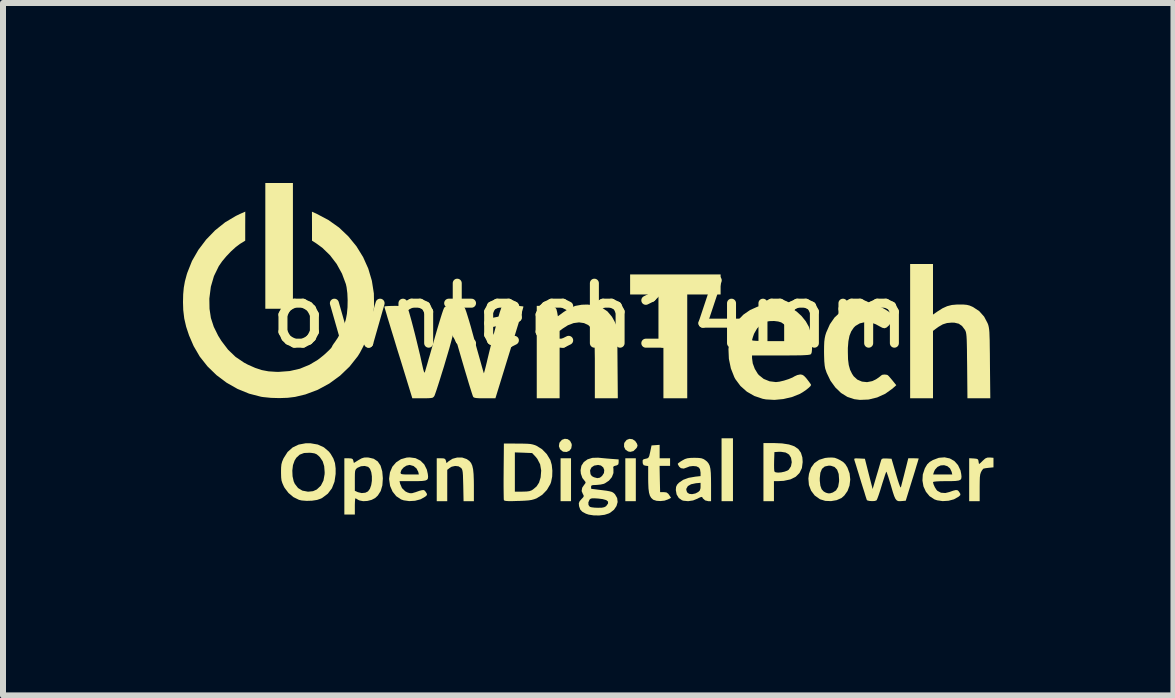
<source format=kicad_pcb>
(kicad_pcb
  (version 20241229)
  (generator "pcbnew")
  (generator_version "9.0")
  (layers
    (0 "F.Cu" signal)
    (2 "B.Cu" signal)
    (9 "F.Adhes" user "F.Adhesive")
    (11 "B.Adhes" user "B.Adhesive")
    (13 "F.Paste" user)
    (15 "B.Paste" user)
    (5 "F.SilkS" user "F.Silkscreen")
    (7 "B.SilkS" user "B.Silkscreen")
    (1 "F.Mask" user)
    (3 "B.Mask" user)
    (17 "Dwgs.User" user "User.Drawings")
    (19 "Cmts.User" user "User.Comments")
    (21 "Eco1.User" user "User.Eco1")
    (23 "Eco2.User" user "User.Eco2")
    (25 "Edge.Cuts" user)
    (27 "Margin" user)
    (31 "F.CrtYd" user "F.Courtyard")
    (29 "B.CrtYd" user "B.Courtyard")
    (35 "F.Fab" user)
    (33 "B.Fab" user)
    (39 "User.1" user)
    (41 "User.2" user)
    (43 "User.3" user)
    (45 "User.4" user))
  (footprint "owntech14mm"
    (layer "F.Cu")
    (at 6.785 2.715)
    (property "Reference" "owntech14mm" (at 0 -0.5 0) (unlocked yes) (layer "F.SilkS") (effects (font (size 1 1) (thickness 0.15))))
    (fp_poly (pts (xy -4.953 -1.667) (xy -4.953 -0.619) (xy -5.183 -0.619) (xy -5.413 -0.619) (xy -5.413 -1.667) (xy -5.413 -2.715) (xy -5.183 -2.715) (xy -4.953 -2.715)) (stroke (width 0) (type solid)) (fill yes) (layer "F.SilkS"))
    (fp_poly (pts (xy -0.318 2.23) (xy -0.318 2.588) (xy -0.405 2.588) (xy -0.492 2.588) (xy -0.492 2.23) (xy -0.492 1.873) (xy -0.405 1.873) (xy -0.318 1.873)) (stroke (width 0) (type solid)) (fill yes) (layer "F.SilkS"))
    (fp_poly (pts (xy 0.762 2.23) (xy 0.762 2.588) (xy 0.675 2.588) (xy 0.587 2.588) (xy 0.587 2.23) (xy 0.587 1.873) (xy 0.675 1.873) (xy 0.762 1.873)) (stroke (width 0) (type solid)) (fill yes) (layer "F.SilkS"))
    (fp_poly (pts (xy 2.381 2.064) (xy 2.381 2.588) (xy 2.286 2.588) (xy 2.191 2.588) (xy 2.191 2.064) (xy 2.191 1.54) (xy 2.286 1.54) (xy 2.381 1.54)) (stroke (width 0) (type solid)) (fill yes) (layer "F.SilkS"))
    (fp_poly (pts (xy -0.374 1.554) (xy -0.334 1.582) (xy -0.309 1.63) (xy -0.305 1.653) (xy -0.314 1.708) (xy -0.345 1.748) (xy -0.391 1.768) (xy -0.445 1.764) (xy -0.46 1.757) (xy -0.502 1.721) (xy -0.52 1.671) (xy -0.512 1.618) (xy -0.507 1.608) (xy -0.469 1.565) (xy -0.422 1.548)) (stroke (width 0) (type solid)) (fill yes) (layer "F.SilkS"))
    (fp_poly (pts (xy 0.706 1.555) (xy 0.751 1.584) (xy 0.781 1.628) (xy 0.791 1.662) (xy 0.78 1.693) (xy 0.768 1.709) (xy 0.722 1.753) (xy 0.67 1.766) (xy 0.633 1.759) (xy 0.589 1.729) (xy 0.566 1.682) (xy 0.567 1.629) (xy 0.574 1.61) (xy 0.609 1.567) (xy 0.656 1.549)) (stroke (width 0) (type solid)) (fill yes) (layer "F.SilkS"))
    (fp_poly (pts (xy 2.175 -1.024) (xy 2.175 -0.857) (xy 1.897 -0.857) (xy 1.619 -0.857) (xy 1.619 0.008) (xy 1.619 0.873) (xy 1.421 0.873) (xy 1.222 0.873) (xy 1.222 0.008) (xy 1.222 -0.857) (xy 0.945 -0.857) (xy 0.667 -0.857) (xy 0.667 -1.024) (xy 0.667 -1.191) (xy 1.421 -1.191) (xy 2.175 -1.191)) (stroke (width 0) (type solid)) (fill yes) (layer "F.SilkS"))
    (fp_poly (pts (xy 6.663 1.86) (xy 6.723 1.865) (xy 6.723 1.945) (xy 6.723 2.024) (xy 6.641 2.032) (xy 6.593 2.038) (xy 6.56 2.045) (xy 6.552 2.048) (xy 6.529 2.078) (xy 6.513 2.108) (xy 6.502 2.143) (xy 6.496 2.19) (xy 6.494 2.256) (xy 6.493 2.345) (xy 6.493 2.361) (xy 6.493 2.588) (xy 6.406 2.588) (xy 6.318 2.588) (xy 6.318 2.23) (xy 6.318 1.872) (xy 6.394 1.876) (xy 6.44 1.881) (xy 6.463 1.891) (xy 6.472 1.911) (xy 6.474 1.925) (xy 6.479 1.957) (xy 6.484 1.968) (xy 6.498 1.958) (xy 6.526 1.932) (xy 6.546 1.912) (xy 6.585 1.877) (xy 6.619 1.862) (xy 6.659 1.86)) (stroke (width 0) (type solid)) (fill yes) (layer "F.SilkS"))
    (fp_poly (pts (xy -2.131 1.861) (xy -2.057 1.886) (xy -2.051 1.89) (xy -2.013 1.917) (xy -1.984 1.951) (xy -1.964 1.996) (xy -1.95 2.056) (xy -1.942 2.136) (xy -1.938 2.24) (xy -1.937 2.322) (xy -1.937 2.588) (xy -2.023 2.588) (xy -2.109 2.588) (xy -2.114 2.327) (xy -2.117 2.229) (xy -2.119 2.157) (xy -2.123 2.107) (xy -2.129 2.073) (xy -2.137 2.051) (xy -2.149 2.035) (xy -2.15 2.034) (xy -2.193 2.007) (xy -2.25 2.001) (xy -2.308 2.014) (xy -2.339 2.033) (xy -2.381 2.066) (xy -2.381 2.327) (xy -2.381 2.588) (xy -2.469 2.588) (xy -2.556 2.588) (xy -2.556 2.23) (xy -2.556 1.873) (xy -2.485 1.873) (xy -2.44 1.875) (xy -2.416 1.885) (xy -2.405 1.908) (xy -2.403 1.914) (xy -2.393 1.954) (xy -2.359 1.923) (xy -2.293 1.881) (xy -2.214 1.86)) (stroke (width 0) (type solid)) (fill yes) (layer "F.SilkS"))
    (fp_poly (pts (xy 1.159 1.761) (xy 1.159 1.873) (xy 1.246 1.873) (xy 1.333 1.873) (xy 1.333 1.937) (xy 1.333 2) (xy 1.246 2) (xy 1.158 2) (xy 1.162 2.219) (xy 1.167 2.437) (xy 1.227 2.437) (xy 1.272 2.442) (xy 1.303 2.464) (xy 1.317 2.484) (xy 1.349 2.532) (xy 1.297 2.559) (xy 1.24 2.579) (xy 1.172 2.586) (xy 1.107 2.582) (xy 1.055 2.565) (xy 1.05 2.562) (xy 1.019 2.534) (xy 0.997 2.497) (xy 0.982 2.446) (xy 0.973 2.376) (xy 0.969 2.281) (xy 0.968 2.216) (xy 0.968 2.002) (xy 0.925 1.997) (xy 0.893 1.988) (xy 0.879 1.963) (xy 0.876 1.942) (xy 0.876 1.907) (xy 0.89 1.89) (xy 0.926 1.881) (xy 0.955 1.874) (xy 0.973 1.861) (xy 0.986 1.834) (xy 0.997 1.787) (xy 1.002 1.765) (xy 1.024 1.659) (xy 1.091 1.654) (xy 1.159 1.649)) (stroke (width 0) (type solid)) (fill yes) (layer "F.SilkS"))
    (fp_poly (pts (xy 3.199 1.625) (xy 3.315 1.643) (xy 3.405 1.674) (xy 3.471 1.72) (xy 3.514 1.781) (xy 3.538 1.86) (xy 3.543 1.936) (xy 3.53 2.036) (xy 3.491 2.117) (xy 3.427 2.181) (xy 3.339 2.225) (xy 3.227 2.249) (xy 3.133 2.254) (xy 3.064 2.254) (xy 3.064 2.421) (xy 3.064 2.588) (xy 2.977 2.588) (xy 2.889 2.588) (xy 2.889 2.103) (xy 2.889 1.988) (xy 3.066 1.988) (xy 3.067 2.045) (xy 3.07 2.083) (xy 3.072 2.093) (xy 3.092 2.107) (xy 3.134 2.112) (xy 3.186 2.108) (xy 3.241 2.096) (xy 3.287 2.079) (xy 3.311 2.063) (xy 3.348 2.007) (xy 3.361 1.938) (xy 3.349 1.865) (xy 3.316 1.811) (xy 3.259 1.777) (xy 3.181 1.765) (xy 3.146 1.765) (xy 3.072 1.77) (xy 3.067 1.92) (xy 3.066 1.988) (xy 2.889 1.988) (xy 2.889 1.619) (xy 3.055 1.619)) (stroke (width 0) (type solid)) (fill yes) (layer "F.SilkS"))
    (fp_poly (pts (xy 0.084 -0.676) (xy 0.196 -0.638) (xy 0.289 -0.575) (xy 0.364 -0.486) (xy 0.407 -0.409) (xy 0.452 -0.31) (xy 0.457 0.282) (xy 0.462 0.873) (xy 0.271 0.873) (xy 0.079 0.873) (xy 0.079 0.361) (xy 0.079 0.209) (xy 0.077 0.076) (xy 0.074 -0.036) (xy 0.071 -0.123) (xy 0.067 -0.183) (xy 0.062 -0.212) (xy 0.026 -0.29) (xy -0.029 -0.346) (xy -0.101 -0.38) (xy -0.184 -0.392) (xy -0.275 -0.38) (xy -0.37 -0.344) (xy -0.456 -0.289) (xy -0.508 -0.25) (xy -0.508 0.311) (xy -0.508 0.873) (xy -0.699 0.873) (xy -0.889 0.873) (xy -0.889 0.103) (xy -0.889 -0.667) (xy -0.747 -0.667) (xy -0.668 -0.665) (xy -0.615 -0.657) (xy -0.581 -0.64) (xy -0.561 -0.611) (xy -0.55 -0.566) (xy -0.548 -0.557) (xy -0.537 -0.494) (xy -0.443 -0.563) (xy -0.344 -0.627) (xy -0.246 -0.667) (xy -0.14 -0.686) (xy -0.048 -0.689)) (stroke (width 0) (type solid)) (fill yes) (layer "F.SilkS"))
    (fp_poly (pts (xy 4.077 1.865) (xy 4.123 1.882) (xy 4.159 1.9) (xy 4.215 1.933) (xy 4.253 1.97) (xy 4.286 2.023) (xy 4.29 2.03) (xy 4.325 2.126) (xy 4.336 2.227) (xy 4.324 2.327) (xy 4.291 2.418) (xy 4.237 2.494) (xy 4.19 2.535) (xy 4.109 2.571) (xy 4.016 2.587) (xy 3.92 2.583) (xy 3.835 2.557) (xy 3.827 2.553) (xy 3.743 2.493) (xy 3.683 2.413) (xy 3.647 2.318) (xy 3.638 2.211) (xy 3.639 2.203) (xy 3.828 2.203) (xy 3.828 2.247) (xy 3.838 2.33) (xy 3.859 2.388) (xy 3.893 2.426) (xy 3.929 2.446) (xy 3.966 2.457) (xy 4 2.457) (xy 4.046 2.443) (xy 4.099 2.408) (xy 4.134 2.348) (xy 4.149 2.262) (xy 4.15 2.23) (xy 4.143 2.134) (xy 4.117 2.063) (xy 4.074 2.018) (xy 4.012 1.997) (xy 3.975 1.996) (xy 3.911 2.01) (xy 3.865 2.049) (xy 3.838 2.113) (xy 3.828 2.203) (xy 3.639 2.203) (xy 3.648 2.132) (xy 3.682 2.031) (xy 3.739 1.953) (xy 3.816 1.899) (xy 3.915 1.868) (xy 3.966 1.862) (xy 4.029 1.86)) (stroke (width 0) (type solid)) (fill yes) (layer "F.SilkS"))
    (fp_poly (pts (xy 5.715 -0.944) (xy 5.715 -0.522) (xy 5.787 -0.572) (xy 5.874 -0.627) (xy 5.951 -0.662) (xy 6.029 -0.682) (xy 6.12 -0.69) (xy 6.152 -0.69) (xy 6.226 -0.689) (xy 6.279 -0.684) (xy 6.324 -0.673) (xy 6.371 -0.653) (xy 6.385 -0.646) (xy 6.486 -0.579) (xy 6.567 -0.488) (xy 6.623 -0.382) (xy 6.633 -0.358) (xy 6.64 -0.334) (xy 6.646 -0.306) (xy 6.651 -0.271) (xy 6.655 -0.226) (xy 6.657 -0.166) (xy 6.66 -0.089) (xy 6.661 0.009) (xy 6.663 0.132) (xy 6.664 0.282) (xy 6.664 0.29) (xy 6.67 0.873) (xy 6.479 0.873) (xy 6.289 0.873) (xy 6.284 0.329) (xy 6.282 0.183) (xy 6.281 0.065) (xy 6.279 -0.029) (xy 6.277 -0.101) (xy 6.274 -0.155) (xy 6.27 -0.194) (xy 6.265 -0.223) (xy 6.259 -0.244) (xy 6.251 -0.261) (xy 6.247 -0.268) (xy 6.199 -0.332) (xy 6.144 -0.37) (xy 6.072 -0.387) (xy 6.027 -0.388) (xy 5.948 -0.381) (xy 5.878 -0.359) (xy 5.807 -0.318) (xy 5.767 -0.289) (xy 5.715 -0.25) (xy 5.715 0.311) (xy 5.715 0.873) (xy 5.524 0.873) (xy 5.334 0.873) (xy 5.334 -0.246) (xy 5.334 -1.365) (xy 5.524 -1.365) (xy 5.715 -1.365)) (stroke (width 0) (type solid)) (fill yes) (layer "F.SilkS"))
    (fp_poly (pts (xy -1.206 1.628) (xy -1.113 1.629) (xy -1.045 1.631) (xy -0.994 1.635) (xy -0.955 1.643) (xy -0.919 1.654) (xy -0.893 1.665) (xy -0.801 1.722) (xy -0.722 1.803) (xy -0.663 1.901) (xy -0.662 1.903) (xy -0.639 1.983) (xy -0.629 2.079) (xy -0.632 2.178) (xy -0.65 2.268) (xy -0.663 2.304) (xy -0.72 2.401) (xy -0.798 2.482) (xy -0.889 2.539) (xy -0.893 2.541) (xy -0.933 2.556) (xy -0.974 2.567) (xy -1.025 2.575) (xy -1.093 2.58) (xy -1.184 2.584) (xy -1.202 2.584) (xy -1.294 2.587) (xy -1.359 2.587) (xy -1.402 2.584) (xy -1.426 2.579) (xy -1.436 2.571) (xy -1.437 2.57) (xy -1.439 2.549) (xy -1.44 2.5) (xy -1.441 2.428) (xy -1.442 2.337) (xy -1.442 2.231) (xy -1.441 2.114) (xy -1.441 2.087) (xy -1.438 1.775) (xy -1.254 1.775) (xy -1.254 2.102) (xy -1.254 2.429) (xy -1.129 2.429) (xy -1.06 2.427) (xy -1.013 2.421) (xy -0.976 2.408) (xy -0.952 2.393) (xy -0.891 2.341) (xy -0.851 2.279) (xy -0.826 2.198) (xy -0.824 2.189) (xy -0.815 2.077) (xy -0.833 1.973) (xy -0.879 1.884) (xy -0.905 1.851) (xy -0.966 1.786) (xy -1.11 1.78) (xy -1.254 1.775) (xy -1.438 1.775) (xy -1.437 1.627)) (stroke (width 0) (type solid)) (fill yes) (layer "F.SilkS"))
    (fp_poly (pts (xy -3.691 1.861) (xy -3.606 1.881) (xy -3.539 1.926) (xy -3.492 1.996) (xy -3.464 2.092) (xy -3.454 2.207) (xy -3.462 2.324) (xy -3.49 2.419) (xy -3.538 2.494) (xy -3.583 2.536) (xy -3.641 2.566) (xy -3.711 2.584) (xy -3.782 2.588) (xy -3.843 2.576) (xy -3.865 2.566) (xy -3.896 2.547) (xy -3.913 2.54) (xy -3.916 2.555) (xy -3.919 2.594) (xy -3.921 2.65) (xy -3.921 2.675) (xy -3.921 2.81) (xy -4.008 2.81) (xy -4.096 2.81) (xy -4.096 2.415) (xy -3.921 2.415) (xy -3.87 2.438) (xy -3.807 2.453) (xy -3.746 2.447) (xy -3.702 2.425) (xy -3.67 2.382) (xy -3.648 2.32) (xy -3.637 2.248) (xy -3.637 2.173) (xy -3.647 2.105) (xy -3.668 2.049) (xy -3.699 2.016) (xy -3.7 2.016) (xy -3.756 2.001) (xy -3.819 2.006) (xy -3.874 2.03) (xy -3.879 2.033) (xy -3.898 2.049) (xy -3.91 2.066) (xy -3.917 2.092) (xy -3.92 2.132) (xy -3.921 2.194) (xy -3.921 2.24) (xy -3.921 2.415) (xy -4.096 2.415) (xy -4.096 2.342) (xy -4.096 1.873) (xy -4.026 1.873) (xy -3.981 1.876) (xy -3.958 1.886) (xy -3.947 1.909) (xy -3.947 1.912) (xy -3.937 1.951) (xy -3.858 1.902) (xy -3.808 1.874) (xy -3.766 1.861) (xy -3.719 1.859)) (stroke (width 0) (type solid)) (fill yes) (layer "F.SilkS"))
    (fp_poly (pts (xy 5.996 1.876) (xy 6.072 1.92) (xy 6.132 1.987) (xy 6.173 2.074) (xy 6.185 2.133) (xy 6.19 2.177) (xy 6.187 2.209) (xy 6.173 2.231) (xy 6.143 2.244) (xy 6.092 2.251) (xy 6.018 2.254) (xy 5.935 2.254) (xy 5.839 2.255) (xy 5.769 2.259) (xy 5.727 2.264) (xy 5.715 2.271) (xy 5.724 2.307) (xy 5.745 2.354) (xy 5.772 2.397) (xy 5.788 2.415) (xy 5.848 2.447) (xy 5.921 2.452) (xy 5.986 2.436) (xy 6.051 2.413) (xy 6.093 2.403) (xy 6.12 2.404) (xy 6.139 2.418) (xy 6.153 2.437) (xy 6.171 2.467) (xy 6.17 2.487) (xy 6.147 2.509) (xy 6.137 2.516) (xy 6.064 2.557) (xy 5.974 2.581) (xy 5.877 2.587) (xy 5.785 2.574) (xy 5.739 2.558) (xy 5.658 2.505) (xy 5.597 2.431) (xy 5.556 2.342) (xy 5.539 2.244) (xy 5.545 2.143) (xy 5.717 2.143) (xy 5.876 2.143) (xy 6.036 2.143) (xy 6.026 2.099) (xy 5.999 2.042) (xy 5.955 2.005) (xy 5.9 1.988) (xy 5.843 1.992) (xy 5.79 2.017) (xy 5.748 2.063) (xy 5.733 2.095) (xy 5.717 2.143) (xy 5.545 2.143) (xy 5.545 2.143) (xy 5.578 2.043) (xy 5.585 2.03) (xy 5.619 1.973) (xy 5.66 1.934) (xy 5.713 1.902) (xy 5.812 1.865) (xy 5.908 1.857)) (stroke (width 0) (type solid)) (fill yes) (layer "F.SilkS"))
    (fp_poly (pts (xy -2.91 1.871) (xy -2.828 1.912) (xy -2.764 1.976) (xy -2.721 2.062) (xy -2.705 2.133) (xy -2.7 2.177) (xy -2.703 2.209) (xy -2.717 2.231) (xy -2.747 2.244) (xy -2.797 2.251) (xy -2.872 2.254) (xy -2.955 2.254) (xy -3.176 2.254) (xy -3.166 2.298) (xy -3.135 2.37) (xy -3.08 2.424) (xy -3.043 2.443) (xy -3.003 2.455) (xy -2.968 2.455) (xy -2.923 2.442) (xy -2.909 2.438) (xy -2.844 2.415) (xy -2.8 2.404) (xy -2.773 2.403) (xy -2.754 2.414) (xy -2.738 2.436) (xy -2.737 2.437) (xy -2.719 2.467) (xy -2.72 2.487) (xy -2.743 2.509) (xy -2.753 2.516) (xy -2.826 2.557) (xy -2.917 2.581) (xy -3.014 2.587) (xy -3.106 2.574) (xy -3.152 2.558) (xy -3.231 2.505) (xy -3.292 2.429) (xy -3.333 2.335) (xy -3.349 2.228) (xy -3.35 2.212) (xy -3.336 2.11) (xy -3.159 2.11) (xy -3.157 2.125) (xy -3.147 2.135) (xy -3.123 2.14) (xy -3.08 2.143) (xy -3.011 2.143) (xy -3.007 2.143) (xy -2.854 2.143) (xy -2.864 2.099) (xy -2.893 2.043) (xy -2.942 2.002) (xy -3.003 1.985) (xy -3.01 1.984) (xy -3.061 1.996) (xy -3.108 2.026) (xy -3.144 2.067) (xy -3.159 2.109) (xy -3.159 2.11) (xy -3.336 2.11) (xy -3.335 2.106) (xy -3.296 2.014) (xy -3.233 1.941) (xy -3.152 1.888) (xy -3.056 1.861) (xy -3.007 1.858)) (stroke (width 0) (type solid)) (fill yes) (layer "F.SilkS"))
    (fp_poly (pts (xy -4.659 1.623) (xy -4.538 1.644) (xy -4.436 1.691) (xy -4.352 1.763) (xy -4.323 1.801) (xy -4.279 1.876) (xy -4.252 1.953) (xy -4.241 2.042) (xy -4.241 2.134) (xy -4.26 2.264) (xy -4.303 2.373) (xy -4.371 2.463) (xy -4.464 2.533) (xy -4.484 2.544) (xy -4.55 2.567) (xy -4.634 2.58) (xy -4.725 2.583) (xy -4.809 2.576) (xy -4.854 2.565) (xy -4.945 2.52) (xy -5.027 2.451) (xy -5.093 2.364) (xy -5.107 2.337) (xy -5.129 2.287) (xy -5.143 2.243) (xy -5.149 2.192) (xy -5.151 2.123) (xy -5.151 2.103) (xy -5.151 2.078) (xy -4.963 2.078) (xy -4.959 2.173) (xy -4.94 2.258) (xy -4.921 2.3) (xy -4.867 2.369) (xy -4.796 2.412) (xy -4.707 2.429) (xy -4.69 2.429) (xy -4.617 2.421) (xy -4.559 2.395) (xy -4.555 2.393) (xy -4.487 2.329) (xy -4.444 2.244) (xy -4.425 2.139) (xy -4.424 2.105) (xy -4.432 2.004) (xy -4.457 1.923) (xy -4.503 1.855) (xy -4.525 1.833) (xy -4.558 1.806) (xy -4.594 1.791) (xy -4.646 1.783) (xy -4.675 1.781) (xy -4.767 1.785) (xy -4.839 1.812) (xy -4.896 1.864) (xy -4.925 1.911) (xy -4.952 1.987) (xy -4.963 2.078) (xy -5.151 2.078) (xy -5.15 2.029) (xy -5.145 1.975) (xy -5.133 1.93) (xy -5.113 1.882) (xy -5.107 1.87) (xy -5.042 1.768) (xy -4.958 1.693) (xy -4.858 1.645) (xy -4.741 1.623)) (stroke (width 0) (type solid)) (fill yes) (layer "F.SilkS"))
    (fp_poly (pts (xy 1.807 1.867) (xy 1.855 1.873) (xy 1.889 1.885) (xy 1.915 1.901) (xy 1.949 1.928) (xy 1.974 1.959) (xy 1.993 1.997) (xy 2.005 2.048) (xy 2.012 2.117) (xy 2.015 2.208) (xy 2.016 2.316) (xy 2.016 2.588) (xy 1.97 2.588) (xy 1.917 2.575) (xy 1.879 2.541) (xy 1.87 2.522) (xy 1.853 2.517) (xy 1.813 2.533) (xy 1.792 2.545) (xy 1.716 2.576) (xy 1.633 2.588) (xy 1.554 2.58) (xy 1.53 2.572) (xy 1.478 2.535) (xy 1.442 2.476) (xy 1.429 2.404) (xy 1.429 2.401) (xy 1.429 2.398) (xy 1.603 2.398) (xy 1.616 2.44) (xy 1.65 2.465) (xy 1.699 2.471) (xy 1.756 2.459) (xy 1.802 2.435) (xy 1.829 2.409) (xy 1.84 2.372) (xy 1.841 2.346) (xy 1.841 2.282) (xy 1.763 2.289) (xy 1.683 2.306) (xy 1.63 2.336) (xy 1.605 2.379) (xy 1.603 2.398) (xy 1.429 2.398) (xy 1.433 2.35) (xy 1.45 2.313) (xy 1.482 2.279) (xy 1.551 2.232) (xy 1.641 2.199) (xy 1.757 2.179) (xy 1.841 2.17) (xy 1.841 2.112) (xy 1.832 2.056) (xy 1.812 2.027) (xy 1.772 2.007) (xy 1.715 2.002) (xy 1.657 2.009) (xy 1.619 2.024) (xy 1.561 2.045) (xy 1.514 2.038) (xy 1.485 2.013) (xy 1.467 1.982) (xy 1.46 1.966) (xy 1.473 1.952) (xy 1.505 1.929) (xy 1.536 1.91) (xy 1.58 1.886) (xy 1.621 1.873) (xy 1.67 1.867) (xy 1.738 1.865)) (stroke (width 0) (type solid)) (fill yes) (layer "F.SilkS"))
    (fp_poly (pts (xy 4.659 -0.69) (xy 4.716 -0.687) (xy 4.76 -0.68) (xy 4.8 -0.667) (xy 4.846 -0.646) (xy 4.858 -0.641) (xy 4.921 -0.607) (xy 4.983 -0.567) (xy 5.024 -0.536) (xy 5.086 -0.481) (xy 5.026 -0.399) (xy 4.979 -0.34) (xy 4.941 -0.306) (xy 4.908 -0.294) (xy 4.873 -0.301) (xy 4.861 -0.307) (xy 4.819 -0.329) (xy 4.768 -0.357) (xy 4.755 -0.363) (xy 4.671 -0.393) (xy 4.582 -0.396) (xy 4.496 -0.376) (xy 4.423 -0.333) (xy 4.394 -0.304) (xy 4.352 -0.242) (xy 4.323 -0.169) (xy 4.305 -0.078) (xy 4.296 0.035) (xy 4.296 0.103) (xy 4.299 0.224) (xy 4.311 0.319) (xy 4.333 0.398) (xy 4.366 0.465) (xy 4.393 0.506) (xy 4.454 0.562) (xy 4.531 0.595) (xy 4.616 0.604) (xy 4.703 0.587) (xy 4.765 0.557) (xy 4.808 0.528) (xy 4.839 0.504) (xy 4.849 0.494) (xy 4.872 0.481) (xy 4.91 0.477) (xy 4.948 0.482) (xy 4.961 0.488) (xy 4.98 0.506) (xy 5.01 0.541) (xy 5.041 0.578) (xy 5.103 0.655) (xy 5.038 0.713) (xy 4.919 0.798) (xy 4.785 0.859) (xy 4.642 0.894) (xy 4.496 0.9) (xy 4.403 0.888) (xy 4.288 0.85) (xy 4.182 0.784) (xy 4.087 0.692) (xy 4.006 0.58) (xy 3.943 0.449) (xy 3.919 0.379) (xy 3.91 0.33) (xy 3.903 0.255) (xy 3.9 0.162) (xy 3.899 0.095) (xy 3.9 0.001) (xy 3.903 -0.07) (xy 3.91 -0.126) (xy 3.92 -0.174) (xy 3.935 -0.222) (xy 3.996 -0.36) (xy 4.074 -0.473) (xy 4.172 -0.565) (xy 4.293 -0.637) (xy 4.3 -0.641) (xy 4.349 -0.663) (xy 4.391 -0.677) (xy 4.433 -0.685) (xy 4.487 -0.689) (xy 4.561 -0.69) (xy 4.58 -0.69)) (stroke (width 0) (type solid)) (fill yes) (layer "F.SilkS"))
    (fp_poly (pts (xy 5.438 1.874) (xy 5.469 1.876) (xy 5.477 1.877) (xy 5.472 1.893) (xy 5.46 1.934) (xy 5.44 1.998) (xy 5.416 2.079) (xy 5.387 2.173) (xy 5.369 2.23) (xy 5.261 2.58) (xy 5.208 2.585) (xy 5.165 2.588) (xy 5.133 2.586) (xy 5.109 2.573) (xy 5.088 2.547) (xy 5.068 2.503) (xy 5.046 2.437) (xy 5.019 2.345) (xy 5.016 2.334) (xy 4.991 2.252) (xy 4.97 2.183) (xy 4.952 2.131) (xy 4.941 2.101) (xy 4.938 2.096) (xy 4.931 2.11) (xy 4.916 2.15) (xy 4.897 2.21) (xy 4.873 2.284) (xy 4.859 2.33) (xy 4.834 2.412) (xy 4.811 2.482) (xy 4.791 2.537) (xy 4.777 2.569) (xy 4.772 2.575) (xy 4.742 2.585) (xy 4.699 2.587) (xy 4.655 2.584) (xy 4.622 2.576) (xy 4.612 2.568) (xy 4.605 2.547) (xy 4.59 2.501) (xy 4.57 2.434) (xy 4.544 2.353) (xy 4.515 2.26) (xy 4.511 2.246) (xy 4.482 2.151) (xy 4.455 2.065) (xy 4.433 1.992) (xy 4.416 1.939) (xy 4.407 1.91) (xy 4.406 1.908) (xy 4.402 1.888) (xy 4.408 1.877) (xy 4.433 1.874) (xy 4.482 1.876) (xy 4.487 1.876) (xy 4.58 1.881) (xy 4.644 2.134) (xy 4.709 2.386) (xy 4.776 2.158) (xy 4.801 2.075) (xy 4.822 2.002) (xy 4.839 1.944) (xy 4.85 1.908) (xy 4.852 1.9) (xy 4.863 1.883) (xy 4.887 1.876) (xy 4.933 1.876) (xy 4.942 1.876) (xy 5.024 1.881) (xy 5.098 2.135) (xy 5.126 2.229) (xy 5.149 2.299) (xy 5.166 2.344) (xy 5.177 2.36) (xy 5.18 2.357) (xy 5.187 2.329) (xy 5.2 2.278) (xy 5.217 2.213) (xy 5.231 2.159) (xy 5.25 2.083) (xy 5.268 2.013) (xy 5.282 1.957) (xy 5.288 1.933) (xy 5.303 1.873) (xy 5.39 1.873)) (stroke (width 0) (type solid)) (fill yes) (layer "F.SilkS"))
    (fp_poly (pts (xy 3.205 -0.678) (xy 3.34 -0.634) (xy 3.358 -0.626) (xy 3.442 -0.573) (xy 3.523 -0.499) (xy 3.594 -0.411) (xy 3.645 -0.321) (xy 3.65 -0.308) (xy 3.668 -0.249) (xy 3.682 -0.176) (xy 3.692 -0.097) (xy 3.698 -0.018) (xy 3.699 0.052) (xy 3.694 0.106) (xy 3.683 0.135) (xy 3.673 0.142) (xy 3.655 0.147) (xy 3.625 0.151) (xy 3.579 0.154) (xy 3.515 0.157) (xy 3.428 0.158) (xy 3.317 0.159) (xy 3.181 0.159) (xy 2.699 0.159) (xy 2.699 0.203) (xy 2.711 0.292) (xy 2.745 0.383) (xy 2.795 0.465) (xy 2.813 0.486) (xy 2.893 0.55) (xy 2.991 0.59) (xy 3.097 0.603) (xy 3.157 0.596) (xy 3.232 0.578) (xy 3.31 0.553) (xy 3.377 0.525) (xy 3.405 0.508) (xy 3.453 0.486) (xy 3.502 0.476) (xy 3.503 0.476) (xy 3.535 0.481) (xy 3.564 0.498) (xy 3.599 0.534) (xy 3.618 0.558) (xy 3.651 0.601) (xy 3.675 0.635) (xy 3.683 0.651) (xy 3.671 0.672) (xy 3.638 0.703) (xy 3.593 0.739) (xy 3.542 0.773) (xy 3.496 0.8) (xy 3.365 0.852) (xy 3.22 0.886) (xy 3.073 0.9) (xy 2.932 0.892) (xy 2.878 0.882) (xy 2.738 0.835) (xy 2.613 0.763) (xy 2.506 0.668) (xy 2.422 0.555) (xy 2.404 0.522) (xy 2.346 0.375) (xy 2.313 0.216) (xy 2.306 0.053) (xy 2.323 -0.095) (xy 2.699 -0.095) (xy 2.714 -0.089) (xy 2.758 -0.085) (xy 2.829 -0.082) (xy 2.922 -0.08) (xy 3.024 -0.079) (xy 3.35 -0.079) (xy 3.35 -0.128) (xy 3.335 -0.21) (xy 3.295 -0.289) (xy 3.237 -0.356) (xy 3.185 -0.392) (xy 3.134 -0.407) (xy 3.066 -0.415) (xy 2.993 -0.413) (xy 2.929 -0.403) (xy 2.913 -0.397) (xy 2.844 -0.356) (xy 2.783 -0.29) (xy 2.736 -0.209) (xy 2.73 -0.195) (xy 2.713 -0.146) (xy 2.702 -0.108) (xy 2.699 -0.095) (xy 2.323 -0.095) (xy 2.324 -0.109) (xy 2.369 -0.261) (xy 2.39 -0.309) (xy 2.461 -0.424) (xy 2.555 -0.521) (xy 2.666 -0.598) (xy 2.792 -0.654) (xy 2.926 -0.686) (xy 3.065 -0.695)) (stroke (width 0) (type solid)) (fill yes) (layer "F.SilkS"))
    (fp_poly (pts (xy -5.748 -1.996) (xy -5.748 -1.754) (xy -5.837 -1.699) (xy -5.907 -1.646) (xy -5.986 -1.574) (xy -6.064 -1.492) (xy -6.135 -1.407) (xy -6.189 -1.328) (xy -6.269 -1.164) (xy -6.321 -0.986) (xy -6.345 -0.796) (xy -6.346 -0.786) (xy -6.343 -0.618) (xy -6.32 -0.465) (xy -6.272 -0.318) (xy -6.199 -0.17) (xy -6.145 -0.083) (xy -6.034 0.063) (xy -5.909 0.183) (xy -5.767 0.279) (xy -5.707 0.311) (xy -5.583 0.366) (xy -5.472 0.403) (xy -5.36 0.424) (xy -5.237 0.432) (xy -5.191 0.433) (xy -5.006 0.419) (xy -4.836 0.38) (xy -4.676 0.314) (xy -4.54 0.233) (xy -4.494 0.198) (xy -4.442 0.156) (xy -4.391 0.11) (xy -4.347 0.068) (xy -4.315 0.034) (xy -4.302 0.013) (xy -4.302 0.013) (xy -4.293 -0.007) (xy -4.27 -0.042) (xy -4.256 -0.06) (xy -4.208 -0.131) (xy -4.159 -0.22) (xy -4.115 -0.319) (xy -4.079 -0.414) (xy -4.07 -0.445) (xy -4.053 -0.535) (xy -4.043 -0.645) (xy -4.041 -0.763) (xy -4.046 -0.878) (xy -4.059 -0.98) (xy -4.071 -1.032) (xy -4.135 -1.204) (xy -4.224 -1.366) (xy -4.335 -1.511) (xy -4.463 -1.635) (xy -4.566 -1.71) (xy -4.635 -1.754) (xy -4.635 -1.995) (xy -4.636 -2.237) (xy -4.56 -2.203) (xy -4.363 -2.099) (xy -4.185 -1.973) (xy -4.029 -1.825) (xy -3.894 -1.66) (xy -3.783 -1.48) (xy -3.697 -1.288) (xy -3.637 -1.085) (xy -3.604 -0.875) (xy -3.6 -0.66) (xy -3.626 -0.442) (xy -3.651 -0.33) (xy -3.685 -0.221) (xy -3.73 -0.104) (xy -3.782 0.011) (xy -3.836 0.114) (xy -3.872 0.172) (xy -4.009 0.345) (xy -4.168 0.497) (xy -4.346 0.627) (xy -4.54 0.732) (xy -4.745 0.809) (xy -4.917 0.85) (xy -5.039 0.865) (xy -5.177 0.87) (xy -5.318 0.866) (xy -5.448 0.853) (xy -5.482 0.848) (xy -5.683 0.796) (xy -5.876 0.717) (xy -6.059 0.613) (xy -6.227 0.487) (xy -6.377 0.341) (xy -6.505 0.179) (xy -6.607 0.004) (xy -6.616 -0.016) (xy -6.684 -0.174) (xy -6.732 -0.318) (xy -6.764 -0.456) (xy -6.781 -0.598) (xy -6.785 -0.73) (xy -6.782 -0.86) (xy -6.772 -0.97) (xy -6.753 -1.076) (xy -6.723 -1.188) (xy -6.712 -1.222) (xy -6.635 -1.416) (xy -6.529 -1.6) (xy -6.4 -1.771) (xy -6.25 -1.926) (xy -6.084 -2.059) (xy -5.904 -2.166) (xy -5.838 -2.198) (xy -5.747 -2.238)) (stroke (width 0) (type solid)) (fill yes) (layer "F.SilkS"))
    (fp_poly (pts (xy 0.144 1.864) (xy 0.205 1.87) (xy 0.281 1.877) (xy 0.353 1.883) (xy 0.476 1.892) (xy 0.476 1.939) (xy 0.471 1.973) (xy 0.448 1.99) (xy 0.428 1.995) (xy 0.395 2.005) (xy 0.385 2.024) (xy 0.389 2.05) (xy 0.389 2.119) (xy 0.363 2.187) (xy 0.314 2.246) (xy 0.248 2.29) (xy 0.224 2.3) (xy 0.174 2.311) (xy 0.113 2.317) (xy 0.093 2.318) (xy 0.046 2.32) (xy 0.023 2.327) (xy 0.016 2.344) (xy 0.016 2.349) (xy 0.018 2.376) (xy 0.02 2.382) (xy 0.036 2.384) (xy 0.078 2.389) (xy 0.137 2.397) (xy 0.198 2.404) (xy 0.275 2.414) (xy 0.328 2.424) (xy 0.364 2.434) (xy 0.388 2.448) (xy 0.41 2.468) (xy 0.416 2.475) (xy 0.451 2.536) (xy 0.459 2.602) (xy 0.44 2.669) (xy 0.398 2.731) (xy 0.334 2.781) (xy 0.313 2.792) (xy 0.242 2.815) (xy 0.154 2.826) (xy 0.061 2.825) (xy -0.024 2.812) (xy -0.071 2.796) (xy -0.13 2.764) (xy -0.164 2.728) (xy -0.182 2.678) (xy -0.185 2.661) (xy -0.188 2.621) (xy -0.182 2.608) (xy -0.029 2.608) (xy -0.027 2.651) (xy -0.005 2.681) (xy -0.004 2.682) (xy 0.026 2.69) (xy 0.076 2.696) (xy 0.131 2.698) (xy 0.194 2.697) (xy 0.234 2.689) (xy 0.261 2.675) (xy 0.27 2.667) (xy 0.299 2.627) (xy 0.299 2.595) (xy 0.269 2.57) (xy 0.208 2.553) (xy 0.134 2.544) (xy 0.07 2.54) (xy 0.03 2.541) (xy 0.007 2.548) (xy -0.009 2.562) (xy -0.01 2.564) (xy -0.029 2.608) (xy -0.182 2.608) (xy -0.175 2.59) (xy -0.145 2.555) (xy -0.115 2.523) (xy -0.105 2.502) (xy -0.113 2.481) (xy -0.119 2.472) (xy -0.141 2.419) (xy -0.132 2.364) (xy -0.103 2.321) (xy -0.079 2.289) (xy -0.075 2.27) (xy -0.088 2.254) (xy -0.088 2.253) (xy -0.129 2.201) (xy -0.154 2.129) (xy -0.158 2.085) (xy 0.000243 2.085) (xy 0.007 2.138) (xy 0.029 2.17) (xy 0.064 2.189) (xy 0.12 2.204) (xy 0.163 2.196) (xy 0.199 2.168) (xy 0.231 2.119) (xy 0.236 2.069) (xy 0.219 2.025) (xy 0.181 1.994) (xy 0.133 1.984) (xy 0.068 1.995) (xy 0.023 2.025) (xy 0.001 2.07) (xy 0.000243 2.085) (xy -0.158 2.085) (xy -0.159 2.073) (xy -0.145 1.997) (xy -0.105 1.936) (xy -0.043 1.891) (xy 0.037 1.866) (xy 0.132 1.863)) (stroke (width 0) (type solid)) (fill yes) (layer "F.SilkS"))
    (fp_poly (pts (xy -1.214 -0.666) (xy -1.158 -0.663) (xy -1.122 -0.659) (xy -1.111 -0.655) (xy -1.112 -0.649) (xy -1.116 -0.636) (xy -1.122 -0.613) (xy -1.132 -0.578) (xy -1.147 -0.531) (xy -1.166 -0.467) (xy -1.19 -0.386) (xy -1.221 -0.286) (xy -1.258 -0.164) (xy -1.303 -0.019) (xy -1.356 0.152) (xy -1.417 0.35) (xy -1.447 0.448) (xy -1.578 0.873) (xy -1.757 0.873) (xy -1.836 0.873) (xy -1.889 0.87) (xy -1.922 0.865) (xy -1.941 0.857) (xy -1.951 0.845) (xy -1.959 0.822) (xy -1.975 0.774) (xy -1.997 0.704) (xy -2.024 0.617) (xy -2.053 0.519) (xy -2.085 0.413) (xy -2.117 0.304) (xy -2.148 0.198) (xy -2.177 0.098) (xy -2.203 0.009) (xy -2.223 -0.064) (xy -2.237 -0.117) (xy -2.24 -0.131) (xy -2.253 -0.18) (xy -2.264 -0.213) (xy -2.27 -0.222) (xy -2.277 -0.208) (xy -2.289 -0.17) (xy -2.304 -0.117) (xy -2.306 -0.107) (xy -2.323 -0.045) (xy -2.345 0.036) (xy -2.373 0.131) (xy -2.404 0.235) (xy -2.436 0.344) (xy -2.47 0.452) (xy -2.502 0.556) (xy -2.532 0.65) (xy -2.558 0.73) (xy -2.579 0.791) (xy -2.593 0.829) (xy -2.597 0.837) (xy -2.61 0.853) (xy -2.626 0.864) (xy -2.654 0.869) (xy -2.698 0.872) (xy -2.766 0.873) (xy -2.792 0.873) (xy -2.963 0.873) (xy -3.091 0.456) (xy -3.159 0.235) (xy -3.219 0.043) (xy -3.269 -0.123) (xy -3.312 -0.262) (xy -3.347 -0.378) (xy -3.376 -0.471) (xy -3.397 -0.544) (xy -3.413 -0.597) (xy -3.423 -0.632) (xy -3.428 -0.651) (xy -3.429 -0.655) (xy -3.414 -0.66) (xy -3.374 -0.664) (xy -3.315 -0.666) (xy -3.249 -0.667) (xy -3.168 -0.666) (xy -3.113 -0.663) (xy -3.077 -0.658) (xy -3.055 -0.649) (xy -3.044 -0.639) (xy -3.035 -0.617) (xy -3.019 -0.569) (xy -2.999 -0.498) (xy -2.974 -0.408) (xy -2.947 -0.305) (xy -2.918 -0.192) (xy -2.889 -0.074) (xy -2.86 0.046) (xy -2.832 0.163) (xy -2.808 0.272) (xy -2.794 0.333) (xy -2.781 0.39) (xy -2.769 0.43) (xy -2.76 0.446) (xy -2.757 0.445) (xy -2.749 0.421) (xy -2.735 0.373) (xy -2.716 0.309) (xy -2.695 0.234) (xy -2.694 0.23) (xy -2.671 0.153) (xy -2.643 0.054) (xy -2.611 -0.058) (xy -2.578 -0.174) (xy -2.548 -0.278) (xy -2.519 -0.375) (xy -2.492 -0.464) (xy -2.468 -0.54) (xy -2.449 -0.596) (xy -2.436 -0.628) (xy -2.435 -0.631) (xy -2.422 -0.648) (xy -2.403 -0.658) (xy -2.373 -0.664) (xy -2.324 -0.666) (xy -2.264 -0.667) (xy -2.191 -0.666) (xy -2.143 -0.662) (xy -2.113 -0.654) (xy -2.094 -0.641) (xy -2.092 -0.639) (xy -2.081 -0.616) (xy -2.063 -0.567) (xy -2.041 -0.497) (xy -2.015 -0.412) (xy -1.987 -0.316) (xy -1.979 -0.286) (xy -1.929 -0.105) (xy -1.887 0.047) (xy -1.852 0.171) (xy -1.824 0.271) (xy -1.803 0.347) (xy -1.787 0.402) (xy -1.777 0.437) (xy -1.771 0.454) (xy -1.77 0.457) (xy -1.766 0.444) (xy -1.755 0.405) (xy -1.74 0.346) (xy -1.722 0.273) (xy -1.715 0.242) (xy -1.683 0.109) (xy -1.65 -0.024) (xy -1.617 -0.153) (xy -1.585 -0.275) (xy -1.555 -0.386) (xy -1.528 -0.482) (xy -1.506 -0.559) (xy -1.488 -0.613) (xy -1.477 -0.642) (xy -1.476 -0.644) (xy -1.458 -0.655) (xy -1.424 -0.662) (xy -1.368 -0.666) (xy -1.286 -0.667) (xy -1.284 -0.667)) (stroke (width 0) (type solid)) (fill yes) (layer "F.SilkS")))
  (gr_rect
    (start -3 -3)
    (end 16.508 8.54)
    (stroke (width 0.1) (type default))
    (fill no)
    (layer "Edge.Cuts")))
</source>
